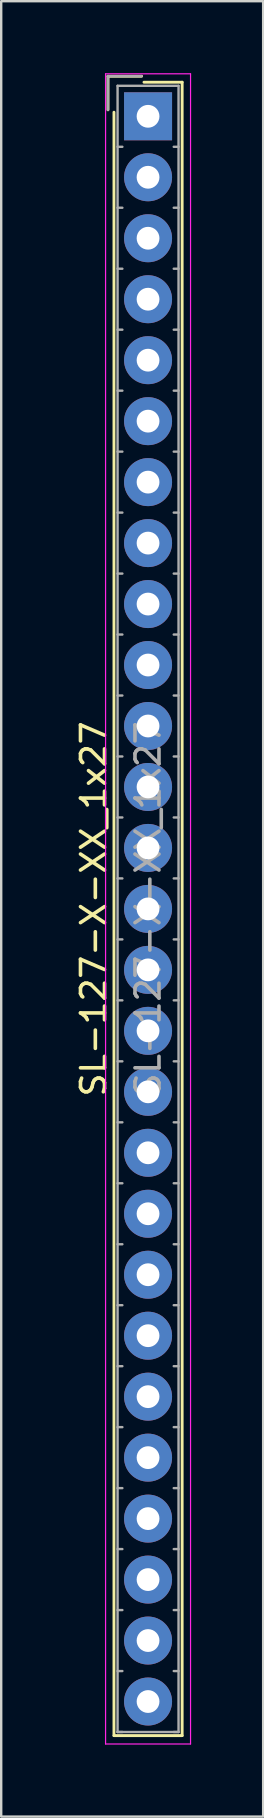
<source format=kicad_pcb>
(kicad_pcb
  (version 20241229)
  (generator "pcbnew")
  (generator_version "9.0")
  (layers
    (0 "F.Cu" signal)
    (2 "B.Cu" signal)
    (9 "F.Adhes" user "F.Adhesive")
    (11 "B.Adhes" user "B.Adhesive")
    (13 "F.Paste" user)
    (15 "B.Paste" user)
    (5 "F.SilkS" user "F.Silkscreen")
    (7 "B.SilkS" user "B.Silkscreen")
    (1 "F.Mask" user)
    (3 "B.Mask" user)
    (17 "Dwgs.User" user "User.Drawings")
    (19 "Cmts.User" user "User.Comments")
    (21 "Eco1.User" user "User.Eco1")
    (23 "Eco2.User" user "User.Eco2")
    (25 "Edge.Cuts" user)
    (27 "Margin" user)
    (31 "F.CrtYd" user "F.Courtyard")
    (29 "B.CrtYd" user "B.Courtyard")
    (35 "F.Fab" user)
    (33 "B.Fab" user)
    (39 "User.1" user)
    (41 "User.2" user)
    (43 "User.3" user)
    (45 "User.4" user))
  (footprint "SL-127-X-XX_1x27"
    (layer "F.Cu")
    (at 3.118 1.795)
    (property "Reference" "SL-127-X-XX_1x27" (at -2.27 33.02 90) (layer "F.SilkS") (effects (font (size 1 1) (thickness 0.15))))
    (attr through_hole)
    (fp_line (start -1.67 -1.67) (end -1.67 -0.27) (stroke (width 0.12) (type solid)) (layer "F.SilkS"))
    (fp_line (start -1.42 67.46) (end -1.42 -0.17) (stroke (width 0.12) (type solid)) (layer "F.SilkS"))
    (fp_line (start -0.27 -1.67) (end -1.67 -1.67) (stroke (width 0.12) (type solid)) (layer "F.SilkS"))
    (fp_line (start -0.17 -1.42) (end 1.42 -1.42) (stroke (width 0.12) (type solid)) (layer "F.SilkS"))
    (fp_line (start 1.42 -1.42) (end 1.42 67.46) (stroke (width 0.12) (type solid)) (layer "F.SilkS"))
    (fp_line (start 1.42 67.46) (end -1.42 67.46) (stroke (width 0.12) (type solid)) (layer "F.SilkS"))
    (fp_line (start -1.77 -1.77) (end -1.77 67.81) (stroke (width 0.05) (type solid)) (layer "F.CrtYd"))
    (fp_line (start -1.77 67.81) (end 1.77 67.81) (stroke (width 0.05) (type solid)) (layer "F.CrtYd"))
    (fp_line (start 1.77 -1.77) (end -1.77 -1.77) (stroke (width 0.05) (type solid)) (layer "F.CrtYd"))
    (fp_line (start 1.77 67.81) (end 1.77 -1.77) (stroke (width 0.05) (type solid)) (layer "F.CrtYd"))
    (fp_line (start -1.67 -1.67) (end -1.67 -0.27) (stroke (width 0.1) (type solid)) (layer "F.Fab"))
    (fp_line (start -1.27 -1.27) (end -1.27 67.31) (stroke (width 0.1) (type solid)) (layer "F.Fab"))
    (fp_line (start -1.27 1.27) (end -1.07 1.27) (stroke (width 0.1) (type solid)) (layer "F.Fab"))
    (fp_line (start -1.27 3.81) (end -1.07 3.81) (stroke (width 0.1) (type solid)) (layer "F.Fab"))
    (fp_line (start -1.27 6.35) (end -1.07 6.35) (stroke (width 0.1) (type solid)) (layer "F.Fab"))
    (fp_line (start -1.27 8.89) (end -1.07 8.89) (stroke (width 0.1) (type solid)) (layer "F.Fab"))
    (fp_line (start -1.27 11.43) (end -1.07 11.43) (stroke (width 0.1) (type solid)) (layer "F.Fab"))
    (fp_line (start -1.27 13.97) (end -1.07 13.97) (stroke (width 0.1) (type solid)) (layer "F.Fab"))
    (fp_line (start -1.27 16.51) (end -1.07 16.51) (stroke (width 0.1) (type solid)) (layer "F.Fab"))
    (fp_line (start -1.27 19.05) (end -1.07 19.05) (stroke (width 0.1) (type solid)) (layer "F.Fab"))
    (fp_line (start -1.27 21.59) (end -1.07 21.59) (stroke (width 0.1) (type solid)) (layer "F.Fab"))
    (fp_line (start -1.27 24.13) (end -1.07 24.13) (stroke (width 0.1) (type solid)) (layer "F.Fab"))
    (fp_line (start -1.27 26.67) (end -1.07 26.67) (stroke (width 0.1) (type solid)) (layer "F.Fab"))
    (fp_line (start -1.27 29.21) (end -1.07 29.21) (stroke (width 0.1) (type solid)) (layer "F.Fab"))
    (fp_line (start -1.27 31.75) (end -1.07 31.75) (stroke (width 0.1) (type solid)) (layer "F.Fab"))
    (fp_line (start -1.27 34.29) (end -1.07 34.29) (stroke (width 0.1) (type solid)) (layer "F.Fab"))
    (fp_line (start -1.27 36.83) (end -1.07 36.83) (stroke (width 0.1) (type solid)) (layer "F.Fab"))
    (fp_line (start -1.27 39.37) (end -1.07 39.37) (stroke (width 0.1) (type solid)) (layer "F.Fab"))
    (fp_line (start -1.27 41.91) (end -1.07 41.91) (stroke (width 0.1) (type solid)) (layer "F.Fab"))
    (fp_line (start -1.27 44.45) (end -1.07 44.45) (stroke (width 0.1) (type solid)) (layer "F.Fab"))
    (fp_line (start -1.27 46.99) (end -1.07 46.99) (stroke (width 0.1) (type solid)) (layer "F.Fab"))
    (fp_line (start -1.27 49.53) (end -1.07 49.53) (stroke (width 0.1) (type solid)) (layer "F.Fab"))
    (fp_line (start -1.27 52.07) (end -1.07 52.07) (stroke (width 0.1) (type solid)) (layer "F.Fab"))
    (fp_line (start -1.27 54.61) (end -1.07 54.61) (stroke (width 0.1) (type solid)) (layer "F.Fab"))
    (fp_line (start -1.27 57.15) (end -1.07 57.15) (stroke (width 0.1) (type solid)) (layer "F.Fab"))
    (fp_line (start -1.27 59.69) (end -1.07 59.69) (stroke (width 0.1) (type solid)) (layer "F.Fab"))
    (fp_line (start -1.27 62.23) (end -1.07 62.23) (stroke (width 0.1) (type solid)) (layer "F.Fab"))
    (fp_line (start -1.27 64.77) (end -1.07 64.77) (stroke (width 0.1) (type solid)) (layer "F.Fab"))
    (fp_line (start -1.27 67.31) (end -1.07 67.31) (stroke (width 0.1) (type solid)) (layer "F.Fab"))
    (fp_line (start -1.27 67.31) (end 1.27 67.31) (stroke (width 0.1) (type solid)) (layer "F.Fab"))
    (fp_line (start -0.27 -1.67) (end -1.67 -1.67) (stroke (width 0.1) (type solid)) (layer "F.Fab"))
    (fp_line (start 1.27 -1.27) (end -1.27 -1.27) (stroke (width 0.1) (type solid)) (layer "F.Fab"))
    (fp_line (start 1.27 1.27) (end 1.07 1.27) (stroke (width 0.1) (type solid)) (layer "F.Fab"))
    (fp_line (start 1.27 3.81) (end 1.07 3.81) (stroke (width 0.1) (type solid)) (layer "F.Fab"))
    (fp_line (start 1.27 6.35) (end 1.07 6.35) (stroke (width 0.1) (type solid)) (layer "F.Fab"))
    (fp_line (start 1.27 8.89) (end 1.07 8.89) (stroke (width 0.1) (type solid)) (layer "F.Fab"))
    (fp_line (start 1.27 11.43) (end 1.07 11.43) (stroke (width 0.1) (type solid)) (layer "F.Fab"))
    (fp_line (start 1.27 13.97) (end 1.07 13.97) (stroke (width 0.1) (type solid)) (layer "F.Fab"))
    (fp_line (start 1.27 16.51) (end 1.07 16.51) (stroke (width 0.1) (type solid)) (layer "F.Fab"))
    (fp_line (start 1.27 19.05) (end 1.07 19.05) (stroke (width 0.1) (type solid)) (layer "F.Fab"))
    (fp_line (start 1.27 21.59) (end 1.07 21.59) (stroke (width 0.1) (type solid)) (layer "F.Fab"))
    (fp_line (start 1.27 24.13) (end 1.07 24.13) (stroke (width 0.1) (type solid)) (layer "F.Fab"))
    (fp_line (start 1.27 26.67) (end 1.07 26.67) (stroke (width 0.1) (type solid)) (layer "F.Fab"))
    (fp_line (start 1.27 29.21) (end 1.07 29.21) (stroke (width 0.1) (type solid)) (layer "F.Fab"))
    (fp_line (start 1.27 31.75) (end 1.07 31.75) (stroke (width 0.1) (type solid)) (layer "F.Fab"))
    (fp_line (start 1.27 34.29) (end 1.07 34.29) (stroke (width 0.1) (type solid)) (layer "F.Fab"))
    (fp_line (start 1.27 36.83) (end 1.07 36.83) (stroke (width 0.1) (type solid)) (layer "F.Fab"))
    (fp_line (start 1.27 39.37) (end 1.07 39.37) (stroke (width 0.1) (type solid)) (layer "F.Fab"))
    (fp_line (start 1.27 41.91) (end 1.07 41.91) (stroke (width 0.1) (type solid)) (layer "F.Fab"))
    (fp_line (start 1.27 44.45) (end 1.07 44.45) (stroke (width 0.1) (type solid)) (layer "F.Fab"))
    (fp_line (start 1.27 46.99) (end 1.07 46.99) (stroke (width 0.1) (type solid)) (layer "F.Fab"))
    (fp_line (start 1.27 49.53) (end 1.07 49.53) (stroke (width 0.1) (type solid)) (layer "F.Fab"))
    (fp_line (start 1.27 52.07) (end 1.07 52.07) (stroke (width 0.1) (type solid)) (layer "F.Fab"))
    (fp_line (start 1.27 54.61) (end 1.07 54.61) (stroke (width 0.1) (type solid)) (layer "F.Fab"))
    (fp_line (start 1.27 57.15) (end 1.07 57.15) (stroke (width 0.1) (type solid)) (layer "F.Fab"))
    (fp_line (start 1.27 59.69) (end 1.07 59.69) (stroke (width 0.1) (type solid)) (layer "F.Fab"))
    (fp_line (start 1.27 62.23) (end 1.07 62.23) (stroke (width 0.1) (type solid)) (layer "F.Fab"))
    (fp_line (start 1.27 64.77) (end 1.07 64.77) (stroke (width 0.1) (type solid)) (layer "F.Fab"))
    (fp_line (start 1.27 67.31) (end 1.07 67.31) (stroke (width 0.1) (type solid)) (layer "F.Fab"))
    (fp_line (start 1.27 67.31) (end 1.27 -1.27) (stroke (width 0.1) (type solid)) (layer "F.Fab"))
    (fp_text user "${REFERENCE}" (at 0 33.02 90) (layer "F.Fab") (effects (font (size 1 1) (thickness 0.15))))
    (pad "1" thru_hole rect (at 0 0) (size 2 2) (drill 0.95) (layers "*.Cu" "*.Mask"))
    (pad "2" thru_hole circle (at 0 2.54) (size 2 2) (drill 0.95) (layers "*.Cu" "*.Mask"))
    (pad "3" thru_hole circle (at 0 5.08) (size 2 2) (drill 0.95) (layers "*.Cu" "*.Mask"))
    (pad "4" thru_hole circle (at 0 7.62) (size 2 2) (drill 0.95) (layers "*.Cu" "*.Mask"))
    (pad "5" thru_hole circle (at 0 10.16) (size 2 2) (drill 0.95) (layers "*.Cu" "*.Mask"))
    (pad "6" thru_hole circle (at 0 12.7) (size 2 2) (drill 0.95) (layers "*.Cu" "*.Mask"))
    (pad "7" thru_hole circle (at 0 15.24) (size 2 2) (drill 0.95) (layers "*.Cu" "*.Mask"))
    (pad "8" thru_hole circle (at 0 17.78) (size 2 2) (drill 0.95) (layers "*.Cu" "*.Mask"))
    (pad "9" thru_hole circle (at 0 20.32) (size 2 2) (drill 0.95) (layers "*.Cu" "*.Mask"))
    (pad "10" thru_hole circle (at 0 22.86) (size 2 2) (drill 0.95) (layers "*.Cu" "*.Mask"))
    (pad "11" thru_hole circle (at 0 25.4) (size 2 2) (drill 0.95) (layers "*.Cu" "*.Mask"))
    (pad "12" thru_hole circle (at 0 27.94) (size 2 2) (drill 0.95) (layers "*.Cu" "*.Mask"))
    (pad "13" thru_hole circle (at 0 30.48) (size 2 2) (drill 0.95) (layers "*.Cu" "*.Mask"))
    (pad "14" thru_hole circle (at 0 33.02) (size 2 2) (drill 0.95) (layers "*.Cu" "*.Mask"))
    (pad "15" thru_hole circle (at 0 35.56) (size 2 2) (drill 0.95) (layers "*.Cu" "*.Mask"))
    (pad "16" thru_hole circle (at 0 38.1) (size 2 2) (drill 0.95) (layers "*.Cu" "*.Mask"))
    (pad "17" thru_hole circle (at 0 40.64) (size 2 2) (drill 0.95) (layers "*.Cu" "*.Mask"))
    (pad "18" thru_hole circle (at 0 43.18) (size 2 2) (drill 0.95) (layers "*.Cu" "*.Mask"))
    (pad "19" thru_hole circle (at 0 45.72) (size 2 2) (drill 0.95) (layers "*.Cu" "*.Mask"))
    (pad "20" thru_hole circle (at 0 48.26) (size 2 2) (drill 0.95) (layers "*.Cu" "*.Mask"))
    (pad "21" thru_hole circle (at 0 50.8) (size 2 2) (drill 0.95) (layers "*.Cu" "*.Mask"))
    (pad "22" thru_hole circle (at 0 53.34) (size 2 2) (drill 0.95) (layers "*.Cu" "*.Mask"))
    (pad "23" thru_hole circle (at 0 55.88) (size 2 2) (drill 0.95) (layers "*.Cu" "*.Mask"))
    (pad "24" thru_hole circle (at 0 58.42) (size 2 2) (drill 0.95) (layers "*.Cu" "*.Mask"))
    (pad "25" thru_hole circle (at 0 60.96) (size 2 2) (drill 0.95) (layers "*.Cu" "*.Mask"))
    (pad "26" thru_hole circle (at 0 63.5) (size 2 2) (drill 0.95) (layers "*.Cu" "*.Mask"))
    (pad "27" thru_hole circle (at 0 66.04) (size 2 2) (drill 0.95) (layers "*.Cu" "*.Mask")))
  (gr_rect
    (start -3 -3)
    (end 7.913 72.63)
    (stroke (width 0.1) (type default))
    (fill no)
    (layer "Edge.Cuts")))
</source>
